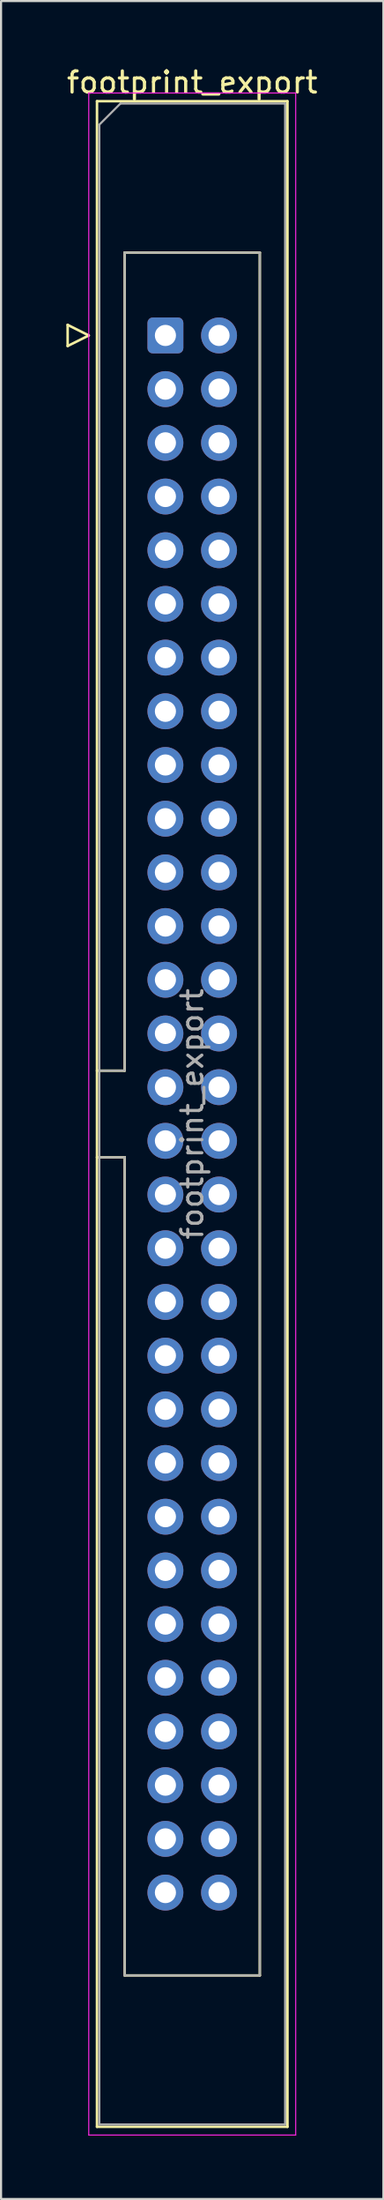
<source format=kicad_pcb>
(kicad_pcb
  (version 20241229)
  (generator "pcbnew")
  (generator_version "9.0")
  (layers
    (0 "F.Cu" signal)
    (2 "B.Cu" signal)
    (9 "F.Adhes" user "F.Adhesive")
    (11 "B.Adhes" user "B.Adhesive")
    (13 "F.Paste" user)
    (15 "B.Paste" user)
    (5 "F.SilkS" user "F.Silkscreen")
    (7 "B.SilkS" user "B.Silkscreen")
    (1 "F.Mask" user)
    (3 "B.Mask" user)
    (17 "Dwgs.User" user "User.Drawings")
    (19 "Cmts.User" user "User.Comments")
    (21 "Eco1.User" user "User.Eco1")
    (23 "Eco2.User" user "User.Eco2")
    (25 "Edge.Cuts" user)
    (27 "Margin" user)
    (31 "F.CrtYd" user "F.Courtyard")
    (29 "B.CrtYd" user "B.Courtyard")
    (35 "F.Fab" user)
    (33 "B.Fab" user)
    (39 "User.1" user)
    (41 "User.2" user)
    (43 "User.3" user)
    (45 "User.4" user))
  (footprint "footprint_export"
    (layer "F.Cu")
    (at 4.784 12.818)
    (property "Reference" "footprint_export" (at 1.27 -11.97 0) (layer "F.SilkS") (effects (font (size 1 1) (thickness 0.15))))
    (attr through_hole)
    (fp_line (start -4.63 -0.5) (end -4.63 0.5) (stroke (width 0.12) (type solid)) (layer "F.SilkS"))
    (fp_line (start -4.63 0.5) (end -3.63 0) (stroke (width 0.12) (type solid)) (layer "F.SilkS"))
    (fp_line (start -3.63 0) (end -4.63 -0.5) (stroke (width 0.12) (type solid)) (layer "F.SilkS"))
    (fp_line (start -3.24 -11.08) (end 5.78 -11.08) (stroke (width 0.12) (type solid)) (layer "F.SilkS"))
    (fp_line (start -3.24 34.78) (end -1.93 34.78) (stroke (width 0.12) (type solid)) (layer "F.SilkS"))
    (fp_line (start -3.24 84.74) (end -3.24 -11.08) (stroke (width 0.12) (type solid)) (layer "F.SilkS"))
    (fp_line (start -1.93 -3.92) (end 4.47 -3.92) (stroke (width 0.12) (type solid)) (layer "F.SilkS"))
    (fp_line (start -1.93 34.78) (end -1.93 -3.92) (stroke (width 0.12) (type solid)) (layer "F.SilkS"))
    (fp_line (start -1.93 38.88) (end -3.24 38.88) (stroke (width 0.12) (type solid)) (layer "F.SilkS"))
    (fp_line (start -1.93 38.88) (end -1.93 38.88) (stroke (width 0.12) (type solid)) (layer "F.SilkS"))
    (fp_line (start -1.93 77.58) (end -1.93 38.88) (stroke (width 0.12) (type solid)) (layer "F.SilkS"))
    (fp_line (start 4.47 -3.92) (end 4.47 77.58) (stroke (width 0.12) (type solid)) (layer "F.SilkS"))
    (fp_line (start 4.47 77.58) (end -1.93 77.58) (stroke (width 0.12) (type solid)) (layer "F.SilkS"))
    (fp_line (start 5.78 -11.08) (end 5.78 84.74) (stroke (width 0.12) (type solid)) (layer "F.SilkS"))
    (fp_line (start 5.78 84.74) (end -3.24 84.74) (stroke (width 0.12) (type solid)) (layer "F.SilkS"))
    (fp_line (start -3.63 -11.47) (end -3.63 85.13) (stroke (width 0.05) (type solid)) (layer "F.CrtYd"))
    (fp_line (start -3.63 85.13) (end 6.17 85.13) (stroke (width 0.05) (type solid)) (layer "F.CrtYd"))
    (fp_line (start 6.17 -11.47) (end -3.63 -11.47) (stroke (width 0.05) (type solid)) (layer "F.CrtYd"))
    (fp_line (start 6.17 85.13) (end 6.17 -11.47) (stroke (width 0.05) (type solid)) (layer "F.CrtYd"))
    (fp_line (start -3.13 -9.97) (end -2.13 -10.97) (stroke (width 0.1) (type solid)) (layer "F.Fab"))
    (fp_line (start -3.13 34.78) (end -1.93 34.78) (stroke (width 0.1) (type solid)) (layer "F.Fab"))
    (fp_line (start -3.13 84.63) (end -3.13 -9.97) (stroke (width 0.1) (type solid)) (layer "F.Fab"))
    (fp_line (start -2.13 -10.97) (end 5.67 -10.97) (stroke (width 0.1) (type solid)) (layer "F.Fab"))
    (fp_line (start -1.93 -3.92) (end 4.47 -3.92) (stroke (width 0.1) (type solid)) (layer "F.Fab"))
    (fp_line (start -1.93 34.78) (end -1.93 -3.92) (stroke (width 0.1) (type solid)) (layer "F.Fab"))
    (fp_line (start -1.93 38.88) (end -3.13 38.88) (stroke (width 0.1) (type solid)) (layer "F.Fab"))
    (fp_line (start -1.93 38.88) (end -1.93 38.88) (stroke (width 0.1) (type solid)) (layer "F.Fab"))
    (fp_line (start -1.93 77.58) (end -1.93 38.88) (stroke (width 0.1) (type solid)) (layer "F.Fab"))
    (fp_line (start 4.47 -3.92) (end 4.47 77.58) (stroke (width 0.1) (type solid)) (layer "F.Fab"))
    (fp_line (start 4.47 77.58) (end -1.93 77.58) (stroke (width 0.1) (type solid)) (layer "F.Fab"))
    (fp_line (start 5.67 -10.97) (end 5.67 84.63) (stroke (width 0.1) (type solid)) (layer "F.Fab"))
    (fp_line (start 5.67 84.63) (end -3.13 84.63) (stroke (width 0.1) (type solid)) (layer "F.Fab"))
    (fp_text user "${REFERENCE}" (at 1.27 36.83 90) (layer "F.Fab") (effects (font (size 1 1) (thickness 0.15))))
    (pad "1" thru_hole roundrect (at 0 0) (size 1.7 1.7) (drill 1) (layers "*.Cu" "*.Mask") (roundrect_rratio 0.147))
    (pad "2" thru_hole circle (at 2.54 0) (size 1.7 1.7) (drill 1) (layers "*.Cu" "*.Mask"))
    (pad "3" thru_hole circle (at 0 2.54) (size 1.7 1.7) (drill 1) (layers "*.Cu" "*.Mask"))
    (pad "4" thru_hole circle (at 2.54 2.54) (size 1.7 1.7) (drill 1) (layers "*.Cu" "*.Mask"))
    (pad "5" thru_hole circle (at 0 5.08) (size 1.7 1.7) (drill 1) (layers "*.Cu" "*.Mask"))
    (pad "6" thru_hole circle (at 2.54 5.08) (size 1.7 1.7) (drill 1) (layers "*.Cu" "*.Mask"))
    (pad "7" thru_hole circle (at 0 7.62) (size 1.7 1.7) (drill 1) (layers "*.Cu" "*.Mask"))
    (pad "8" thru_hole circle (at 2.54 7.62) (size 1.7 1.7) (drill 1) (layers "*.Cu" "*.Mask"))
    (pad "9" thru_hole circle (at 0 10.16) (size 1.7 1.7) (drill 1) (layers "*.Cu" "*.Mask"))
    (pad "10" thru_hole circle (at 2.54 10.16) (size 1.7 1.7) (drill 1) (layers "*.Cu" "*.Mask"))
    (pad "11" thru_hole circle (at 0 12.7) (size 1.7 1.7) (drill 1) (layers "*.Cu" "*.Mask"))
    (pad "12" thru_hole circle (at 2.54 12.7) (size 1.7 1.7) (drill 1) (layers "*.Cu" "*.Mask"))
    (pad "13" thru_hole circle (at 0 15.24) (size 1.7 1.7) (drill 1) (layers "*.Cu" "*.Mask"))
    (pad "14" thru_hole circle (at 2.54 15.24) (size 1.7 1.7) (drill 1) (layers "*.Cu" "*.Mask"))
    (pad "15" thru_hole circle (at 0 17.78) (size 1.7 1.7) (drill 1) (layers "*.Cu" "*.Mask"))
    (pad "16" thru_hole circle (at 2.54 17.78) (size 1.7 1.7) (drill 1) (layers "*.Cu" "*.Mask"))
    (pad "17" thru_hole circle (at 0 20.32) (size 1.7 1.7) (drill 1) (layers "*.Cu" "*.Mask"))
    (pad "18" thru_hole circle (at 2.54 20.32) (size 1.7 1.7) (drill 1) (layers "*.Cu" "*.Mask"))
    (pad "19" thru_hole circle (at 0 22.86) (size 1.7 1.7) (drill 1) (layers "*.Cu" "*.Mask"))
    (pad "20" thru_hole circle (at 2.54 22.86) (size 1.7 1.7) (drill 1) (layers "*.Cu" "*.Mask"))
    (pad "21" thru_hole circle (at 0 25.4) (size 1.7 1.7) (drill 1) (layers "*.Cu" "*.Mask"))
    (pad "22" thru_hole circle (at 2.54 25.4) (size 1.7 1.7) (drill 1) (layers "*.Cu" "*.Mask"))
    (pad "23" thru_hole circle (at 0 27.94) (size 1.7 1.7) (drill 1) (layers "*.Cu" "*.Mask"))
    (pad "24" thru_hole circle (at 2.54 27.94) (size 1.7 1.7) (drill 1) (layers "*.Cu" "*.Mask"))
    (pad "25" thru_hole circle (at 0 30.48) (size 1.7 1.7) (drill 1) (layers "*.Cu" "*.Mask"))
    (pad "26" thru_hole circle (at 2.54 30.48) (size 1.7 1.7) (drill 1) (layers "*.Cu" "*.Mask"))
    (pad "27" thru_hole circle (at 0 33.02) (size 1.7 1.7) (drill 1) (layers "*.Cu" "*.Mask"))
    (pad "28" thru_hole circle (at 2.54 33.02) (size 1.7 1.7) (drill 1) (layers "*.Cu" "*.Mask"))
    (pad "29" thru_hole circle (at 0 35.56) (size 1.7 1.7) (drill 1) (layers "*.Cu" "*.Mask"))
    (pad "30" thru_hole circle (at 2.54 35.56) (size 1.7 1.7) (drill 1) (layers "*.Cu" "*.Mask"))
    (pad "31" thru_hole circle (at 0 38.1) (size 1.7 1.7) (drill 1) (layers "*.Cu" "*.Mask"))
    (pad "32" thru_hole circle (at 2.54 38.1) (size 1.7 1.7) (drill 1) (layers "*.Cu" "*.Mask"))
    (pad "33" thru_hole circle (at 0 40.64) (size 1.7 1.7) (drill 1) (layers "*.Cu" "*.Mask"))
    (pad "34" thru_hole circle (at 2.54 40.64) (size 1.7 1.7) (drill 1) (layers "*.Cu" "*.Mask"))
    (pad "35" thru_hole circle (at 0 43.18) (size 1.7 1.7) (drill 1) (layers "*.Cu" "*.Mask"))
    (pad "36" thru_hole circle (at 2.54 43.18) (size 1.7 1.7) (drill 1) (layers "*.Cu" "*.Mask"))
    (pad "37" thru_hole circle (at 0 45.72) (size 1.7 1.7) (drill 1) (layers "*.Cu" "*.Mask"))
    (pad "38" thru_hole circle (at 2.54 45.72) (size 1.7 1.7) (drill 1) (layers "*.Cu" "*.Mask"))
    (pad "39" thru_hole circle (at 0 48.26) (size 1.7 1.7) (drill 1) (layers "*.Cu" "*.Mask"))
    (pad "40" thru_hole circle (at 2.54 48.26) (size 1.7 1.7) (drill 1) (layers "*.Cu" "*.Mask"))
    (pad "41" thru_hole circle (at 0 50.8) (size 1.7 1.7) (drill 1) (layers "*.Cu" "*.Mask"))
    (pad "42" thru_hole circle (at 2.54 50.8) (size 1.7 1.7) (drill 1) (layers "*.Cu" "*.Mask"))
    (pad "43" thru_hole circle (at 0 53.34) (size 1.7 1.7) (drill 1) (layers "*.Cu" "*.Mask"))
    (pad "44" thru_hole circle (at 2.54 53.34) (size 1.7 1.7) (drill 1) (layers "*.Cu" "*.Mask"))
    (pad "45" thru_hole circle (at 0 55.88) (size 1.7 1.7) (drill 1) (layers "*.Cu" "*.Mask"))
    (pad "46" thru_hole circle (at 2.54 55.88) (size 1.7 1.7) (drill 1) (layers "*.Cu" "*.Mask"))
    (pad "47" thru_hole circle (at 0 58.42) (size 1.7 1.7) (drill 1) (layers "*.Cu" "*.Mask"))
    (pad "48" thru_hole circle (at 2.54 58.42) (size 1.7 1.7) (drill 1) (layers "*.Cu" "*.Mask"))
    (pad "49" thru_hole circle (at 0 60.96) (size 1.7 1.7) (drill 1) (layers "*.Cu" "*.Mask"))
    (pad "50" thru_hole circle (at 2.54 60.96) (size 1.7 1.7) (drill 1) (layers "*.Cu" "*.Mask"))
    (pad "51" thru_hole circle (at 0 63.5) (size 1.7 1.7) (drill 1) (layers "*.Cu" "*.Mask"))
    (pad "52" thru_hole circle (at 2.54 63.5) (size 1.7 1.7) (drill 1) (layers "*.Cu" "*.Mask"))
    (pad "53" thru_hole circle (at 0 66.04) (size 1.7 1.7) (drill 1) (layers "*.Cu" "*.Mask"))
    (pad "54" thru_hole circle (at 2.54 66.04) (size 1.7 1.7) (drill 1) (layers "*.Cu" "*.Mask"))
    (pad "55" thru_hole circle (at 0 68.58) (size 1.7 1.7) (drill 1) (layers "*.Cu" "*.Mask"))
    (pad "56" thru_hole circle (at 2.54 68.58) (size 1.7 1.7) (drill 1) (layers "*.Cu" "*.Mask"))
    (pad "57" thru_hole circle (at 0 71.12) (size 1.7 1.7) (drill 1) (layers "*.Cu" "*.Mask"))
    (pad "58" thru_hole circle (at 2.54 71.12) (size 1.7 1.7) (drill 1) (layers "*.Cu" "*.Mask"))
    (pad "59" thru_hole circle (at 0 73.66) (size 1.7 1.7) (drill 1) (layers "*.Cu" "*.Mask"))
    (pad "60" thru_hole circle (at 2.54 73.66) (size 1.7 1.7) (drill 1) (layers "*.Cu" "*.Mask")))
  (gr_rect
    (start -3 -3)
    (end 15.107 100.973)
    (stroke (width 0.1) (type default))
    (fill no)
    (layer "Edge.Cuts")))
</source>
